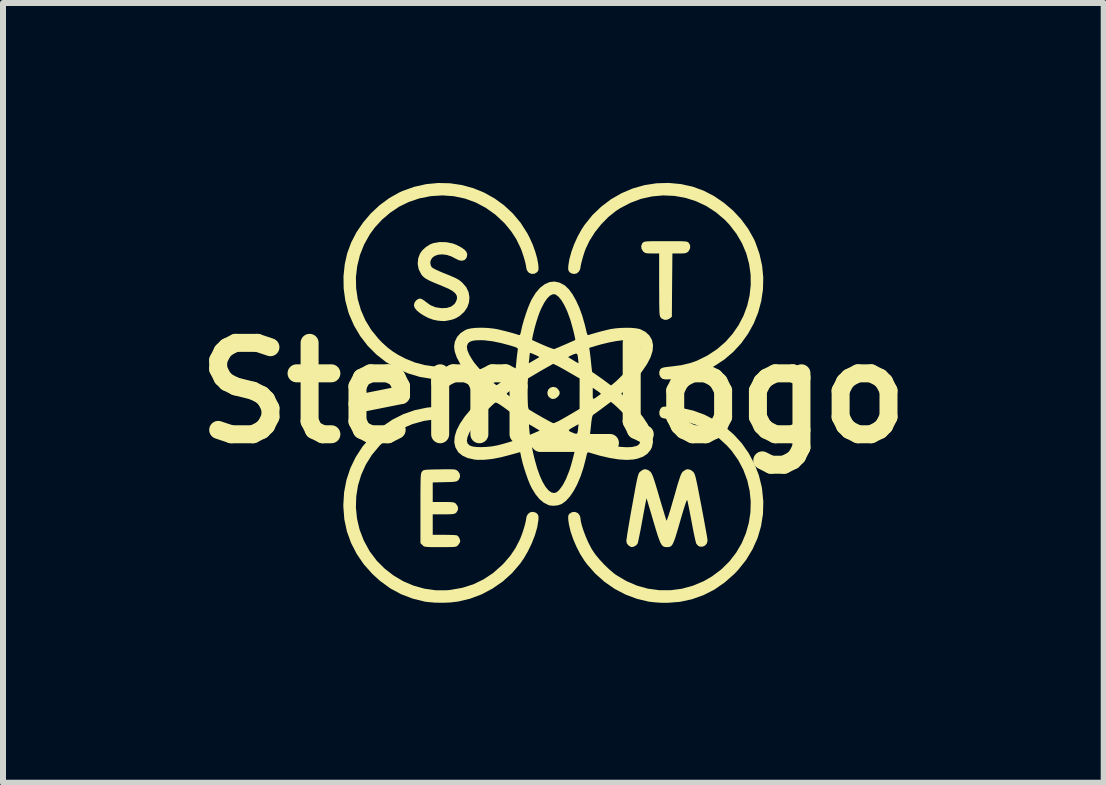
<source format=kicad_pcb>
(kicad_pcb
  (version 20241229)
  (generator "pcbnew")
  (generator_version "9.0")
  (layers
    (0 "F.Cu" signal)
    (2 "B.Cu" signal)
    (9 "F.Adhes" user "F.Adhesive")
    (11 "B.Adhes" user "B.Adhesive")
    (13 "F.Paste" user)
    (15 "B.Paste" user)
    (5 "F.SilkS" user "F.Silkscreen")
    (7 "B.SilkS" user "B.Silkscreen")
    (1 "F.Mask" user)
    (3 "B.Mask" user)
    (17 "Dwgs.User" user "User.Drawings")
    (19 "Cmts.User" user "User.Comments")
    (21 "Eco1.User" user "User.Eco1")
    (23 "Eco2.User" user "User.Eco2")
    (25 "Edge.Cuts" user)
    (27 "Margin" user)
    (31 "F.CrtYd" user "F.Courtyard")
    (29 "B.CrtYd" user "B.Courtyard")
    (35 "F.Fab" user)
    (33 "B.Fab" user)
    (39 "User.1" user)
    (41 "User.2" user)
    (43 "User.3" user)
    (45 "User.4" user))
  (footprint "Stem_logo"
    (layer "F.Cu")
    (at 6.176 3.501)
    (property "Reference" "Stem_logo" (at 0 0 0) (layer "F.SilkS") (effects (font (size 1.524 1.524) (thickness 0.3))))
    (attr board_only exclude_from_pos_files exclude_from_bom)
    (fp_poly (pts (xy 0.046 -0.09) (xy 0.077 -0.063) (xy 0.104 -0.021) (xy 0.105 0.018) (xy 0.08 0.058) (xy 0.079 0.06) (xy 0.034 0.094) (xy -0.012 0.102) (xy -0.035 0.096) (xy -0.075 0.068) (xy -0.096 0.03) (xy -0.099 -0.013) (xy -0.085 -0.054) (xy -0.055 -0.085) (xy -0.01 -0.1) (xy 0.001 -0.1)) (stroke (width 0) (type solid)) (fill yes) (layer "F.SilkS"))
    (fp_poly (pts (xy 1.982 -2.53) (xy 2.066 -2.53) (xy 2.13 -2.529) (xy 2.176 -2.527) (xy 2.208 -2.524) (xy 2.229 -2.52) (xy 2.243 -2.514) (xy 2.254 -2.506) (xy 2.257 -2.503) (xy 2.28 -2.462) (xy 2.281 -2.415) (xy 2.26 -2.37) (xy 2.251 -2.359) (xy 2.231 -2.342) (xy 2.21 -2.332) (xy 2.179 -2.327) (xy 2.131 -2.325) (xy 2.101 -2.325) (xy 1.985 -2.325) (xy 1.98 -1.797) (xy 1.976 -1.27) (xy 1.944 -1.243) (xy 1.898 -1.22) (xy 1.849 -1.219) (xy 1.806 -1.24) (xy 1.793 -1.253) (xy 1.786 -1.263) (xy 1.78 -1.275) (xy 1.775 -1.291) (xy 1.771 -1.315) (xy 1.769 -1.348) (xy 1.767 -1.394) (xy 1.766 -1.455) (xy 1.765 -1.535) (xy 1.765 -1.635) (xy 1.764 -1.759) (xy 1.764 -1.807) (xy 1.764 -2.325) (xy 1.648 -2.325) (xy 1.589 -2.326) (xy 1.551 -2.329) (xy 1.526 -2.337) (xy 1.507 -2.35) (xy 1.497 -2.359) (xy 1.47 -2.402) (xy 1.465 -2.45) (xy 1.482 -2.493) (xy 1.491 -2.503) (xy 1.501 -2.511) (xy 1.513 -2.518) (xy 1.531 -2.523) (xy 1.56 -2.526) (xy 1.6 -2.528) (xy 1.657 -2.53) (xy 1.734 -2.53) (xy 1.833 -2.53) (xy 1.874 -2.53)) (stroke (width 0) (type solid)) (fill yes) (layer "F.SilkS"))
    (fp_poly (pts (xy -1.688 1.274) (xy -1.654 1.276) (xy -1.631 1.28) (xy -1.615 1.287) (xy -1.601 1.296) (xy -1.593 1.303) (xy -1.562 1.345) (xy -1.555 1.393) (xy -1.572 1.439) (xy -1.585 1.454) (xy -1.598 1.466) (xy -1.615 1.474) (xy -1.641 1.48) (xy -1.678 1.484) (xy -1.734 1.486) (xy -1.812 1.488) (xy -1.813 1.488) (xy -2.011 1.493) (xy -2.011 1.819) (xy -1.832 1.819) (xy -1.759 1.819) (xy -1.708 1.821) (xy -1.674 1.824) (xy -1.651 1.83) (xy -1.635 1.839) (xy -1.62 1.853) (xy -1.592 1.897) (xy -1.589 1.943) (xy -1.61 1.986) (xy -1.618 1.995) (xy -1.633 2.007) (xy -1.651 2.015) (xy -1.677 2.02) (xy -1.716 2.023) (xy -1.773 2.024) (xy -1.83 2.024) (xy -2.011 2.024) (xy -2.011 2.366) (xy -1.82 2.366) (xy -1.749 2.367) (xy -1.687 2.368) (xy -1.639 2.371) (xy -1.611 2.374) (xy -1.608 2.375) (xy -1.582 2.396) (xy -1.562 2.431) (xy -1.553 2.468) (xy -1.555 2.485) (xy -1.57 2.513) (xy -1.591 2.541) (xy -1.602 2.551) (xy -1.614 2.559) (xy -1.633 2.565) (xy -1.661 2.568) (xy -1.703 2.57) (xy -1.763 2.571) (xy -1.845 2.571) (xy -1.884 2.571) (xy -1.975 2.571) (xy -2.043 2.571) (xy -2.092 2.569) (xy -2.125 2.566) (xy -2.148 2.562) (xy -2.163 2.555) (xy -2.175 2.545) (xy -2.182 2.538) (xy -2.216 2.504) (xy -2.216 1.924) (xy -2.216 1.782) (xy -2.216 1.666) (xy -2.215 1.571) (xy -2.214 1.496) (xy -2.213 1.439) (xy -2.211 1.395) (xy -2.208 1.364) (xy -2.204 1.343) (xy -2.2 1.328) (xy -2.194 1.317) (xy -2.19 1.311) (xy -2.18 1.3) (xy -2.168 1.292) (xy -2.151 1.286) (xy -2.124 1.282) (xy -2.083 1.279) (xy -2.024 1.277) (xy -1.944 1.275) (xy -1.897 1.275) (xy -1.806 1.273) (xy -1.737 1.273)) (stroke (width 0) (type solid)) (fill yes) (layer "F.SilkS"))
    (fp_poly (pts (xy -1.784 -2.513) (xy -1.675 -2.491) (xy -1.613 -2.467) (xy -1.535 -2.426) (xy -1.48 -2.387) (xy -1.448 -2.35) (xy -1.436 -2.31) (xy -1.436 -2.304) (xy -1.447 -2.253) (xy -1.475 -2.219) (xy -1.518 -2.204) (xy -1.57 -2.21) (xy -1.625 -2.236) (xy -1.701 -2.276) (xy -1.778 -2.301) (xy -1.853 -2.31) (xy -1.921 -2.304) (xy -1.978 -2.284) (xy -2.022 -2.25) (xy -2.047 -2.204) (xy -2.052 -2.168) (xy -2.044 -2.127) (xy -2.028 -2.096) (xy -2.007 -2.081) (xy -1.965 -2.058) (xy -1.909 -2.032) (xy -1.844 -2.004) (xy -1.826 -1.997) (xy -1.741 -1.963) (xy -1.678 -1.936) (xy -1.63 -1.915) (xy -1.595 -1.896) (xy -1.566 -1.878) (xy -1.541 -1.858) (xy -1.515 -1.835) (xy -1.453 -1.763) (xy -1.414 -1.682) (xy -1.399 -1.596) (xy -1.406 -1.51) (xy -1.435 -1.427) (xy -1.486 -1.352) (xy -1.558 -1.286) (xy -1.615 -1.251) (xy -1.654 -1.233) (xy -1.696 -1.22) (xy -1.747 -1.209) (xy -1.812 -1.198) (xy -1.84 -1.198) (xy -1.884 -1.201) (xy -1.928 -1.205) (xy -2.004 -1.221) (xy -2.082 -1.249) (xy -2.155 -1.286) (xy -2.221 -1.328) (xy -2.275 -1.373) (xy -2.311 -1.417) (xy -2.325 -1.459) (xy -2.325 -1.462) (xy -2.314 -1.507) (xy -2.285 -1.545) (xy -2.246 -1.569) (xy -2.223 -1.573) (xy -2.19 -1.563) (xy -2.151 -1.538) (xy -2.137 -1.527) (xy -2.054 -1.465) (xy -1.965 -1.428) (xy -1.867 -1.413) (xy -1.776 -1.417) (xy -1.703 -1.44) (xy -1.648 -1.483) (xy -1.623 -1.522) (xy -1.606 -1.572) (xy -1.609 -1.617) (xy -1.633 -1.659) (xy -1.679 -1.698) (xy -1.75 -1.738) (xy -1.843 -1.778) (xy -1.943 -1.819) (xy -2.022 -1.852) (xy -2.081 -1.88) (xy -2.126 -1.905) (xy -2.158 -1.928) (xy -2.183 -1.952) (xy -2.202 -1.976) (xy -2.245 -2.061) (xy -2.262 -2.152) (xy -2.253 -2.245) (xy -2.223 -2.324) (xy -2.183 -2.379) (xy -2.125 -2.432) (xy -2.058 -2.475) (xy -2.003 -2.497) (xy -1.897 -2.515)) (stroke (width 0) (type solid)) (fill yes) (layer "F.SilkS"))
    (fp_poly (pts (xy 2.127 -3.482) (xy 2.325 -3.438) (xy 2.505 -3.372) (xy 2.678 -3.283) (xy 2.842 -3.171) (xy 2.994 -3.042) (xy 3.13 -2.896) (xy 3.247 -2.738) (xy 3.342 -2.569) (xy 3.366 -2.517) (xy 3.436 -2.32) (xy 3.481 -2.121) (xy 3.5 -1.922) (xy 3.495 -1.724) (xy 3.466 -1.53) (xy 3.415 -1.341) (xy 3.342 -1.16) (xy 3.248 -0.989) (xy 3.134 -0.83) (xy 3.001 -0.685) (xy 2.85 -0.556) (xy 2.681 -0.445) (xy 2.496 -0.353) (xy 2.454 -0.337) (xy 2.374 -0.309) (xy 2.284 -0.284) (xy 2.189 -0.263) (xy 2.095 -0.245) (xy 2.006 -0.232) (xy 1.928 -0.226) (xy 1.866 -0.225) (xy 1.824 -0.233) (xy 1.823 -0.233) (xy 1.789 -0.26) (xy 1.769 -0.301) (xy 1.765 -0.347) (xy 1.78 -0.389) (xy 1.792 -0.404) (xy 1.815 -0.417) (xy 1.853 -0.427) (xy 1.911 -0.435) (xy 1.953 -0.439) (xy 2.132 -0.462) (xy 2.293 -0.501) (xy 2.394 -0.537) (xy 2.57 -0.624) (xy 2.728 -0.728) (xy 2.868 -0.849) (xy 2.988 -0.984) (xy 3.089 -1.131) (xy 3.171 -1.288) (xy 3.232 -1.454) (xy 3.272 -1.624) (xy 3.291 -1.799) (xy 3.289 -1.974) (xy 3.264 -2.15) (xy 3.218 -2.322) (xy 3.148 -2.49) (xy 3.055 -2.65) (xy 2.939 -2.801) (xy 2.859 -2.886) (xy 2.709 -3.013) (xy 2.548 -3.117) (xy 2.377 -3.197) (xy 2.199 -3.253) (xy 2.016 -3.285) (xy 1.83 -3.293) (xy 1.645 -3.276) (xy 1.461 -3.235) (xy 1.282 -3.168) (xy 1.11 -3.077) (xy 1.047 -3.036) (xy 0.92 -2.935) (xy 0.8 -2.813) (xy 0.692 -2.678) (xy 0.602 -2.535) (xy 0.541 -2.407) (xy 0.52 -2.351) (xy 0.499 -2.285) (xy 0.48 -2.218) (xy 0.464 -2.156) (xy 0.454 -2.106) (xy 0.451 -2.082) (xy 0.443 -2.053) (xy 0.423 -2.02) (xy 0.423 -2.019) (xy 0.385 -1.99) (xy 0.338 -1.983) (xy 0.292 -1.997) (xy 0.272 -2.012) (xy 0.256 -2.033) (xy 0.248 -2.057) (xy 0.248 -2.093) (xy 0.25 -2.125) (xy 0.268 -2.234) (xy 0.302 -2.356) (xy 0.349 -2.484) (xy 0.407 -2.611) (xy 0.473 -2.729) (xy 0.519 -2.799) (xy 0.65 -2.963) (xy 0.799 -3.106) (xy 0.962 -3.229) (xy 1.138 -3.33) (xy 1.324 -3.409) (xy 1.519 -3.464) (xy 1.719 -3.495) (xy 1.922 -3.501)) (stroke (width 0) (type solid)) (fill yes) (layer "F.SilkS"))
    (fp_poly (pts (xy -1.838 0.23) (xy -1.815 0.236) (xy -1.799 0.248) (xy -1.791 0.258) (xy -1.768 0.305) (xy -1.769 0.356) (xy -1.789 0.397) (xy -1.804 0.411) (xy -1.824 0.421) (xy -1.856 0.429) (xy -1.904 0.435) (xy -1.96 0.439) (xy -2.16 0.467) (xy -2.347 0.519) (xy -2.521 0.594) (xy -2.684 0.694) (xy -2.836 0.82) (xy -2.901 0.884) (xy -3.025 1.033) (xy -3.126 1.194) (xy -3.203 1.365) (xy -3.257 1.543) (xy -3.286 1.726) (xy -3.292 1.912) (xy -3.273 2.098) (xy -3.23 2.281) (xy -3.161 2.46) (xy -3.068 2.631) (xy -3.058 2.647) (xy -2.944 2.798) (xy -2.811 2.931) (xy -2.662 3.046) (xy -2.501 3.141) (xy -2.329 3.214) (xy -2.149 3.264) (xy -1.965 3.29) (xy -1.779 3.29) (xy -1.719 3.285) (xy -1.52 3.25) (xy -1.336 3.192) (xy -1.166 3.11) (xy -1.007 3.005) (xy -0.859 2.874) (xy -0.823 2.838) (xy -0.717 2.714) (xy -0.632 2.588) (xy -0.561 2.45) (xy -0.548 2.42) (xy -0.525 2.361) (xy -0.502 2.293) (xy -0.481 2.223) (xy -0.464 2.159) (xy -0.454 2.108) (xy -0.451 2.082) (xy -0.443 2.053) (xy -0.423 2.02) (xy -0.423 2.019) (xy -0.385 1.99) (xy -0.338 1.983) (xy -0.292 1.997) (xy -0.272 2.012) (xy -0.256 2.033) (xy -0.248 2.057) (xy -0.248 2.093) (xy -0.25 2.125) (xy -0.269 2.241) (xy -0.306 2.37) (xy -0.358 2.504) (xy -0.422 2.637) (xy -0.495 2.763) (xy -0.553 2.846) (xy -0.688 3.004) (xy -0.842 3.143) (xy -1.012 3.261) (xy -1.194 3.358) (xy -1.388 3.431) (xy -1.589 3.479) (xy -1.601 3.48) (xy -1.716 3.494) (xy -1.844 3.499) (xy -1.973 3.497) (xy -2.091 3.487) (xy -2.141 3.48) (xy -2.346 3.43) (xy -2.539 3.356) (xy -2.72 3.258) (xy -2.89 3.134) (xy -3.018 3.018) (xy -3.161 2.857) (xy -3.279 2.684) (xy -3.373 2.501) (xy -3.442 2.309) (xy -3.485 2.108) (xy -3.501 1.9) (xy -3.502 1.873) (xy -3.489 1.659) (xy -3.45 1.453) (xy -3.385 1.256) (xy -3.295 1.07) (xy -3.181 0.894) (xy -3.041 0.73) (xy -3.016 0.704) (xy -2.857 0.564) (xy -2.685 0.447) (xy -2.501 0.354) (xy -2.308 0.287) (xy -2.106 0.245) (xy -1.931 0.229) (xy -1.874 0.228)) (stroke (width 0) (type solid)) (fill yes) (layer "F.SilkS"))
    (fp_poly (pts (xy -1.721 -3.495) (xy -1.526 -3.466) (xy -1.336 -3.414) (xy -1.154 -3.34) (xy -0.982 -3.244) (xy -0.822 -3.128) (xy -0.676 -2.992) (xy -0.546 -2.837) (xy -0.435 -2.663) (xy -0.398 -2.592) (xy -0.346 -2.478) (xy -0.303 -2.36) (xy -0.271 -2.247) (xy -0.252 -2.146) (xy -0.25 -2.125) (xy -0.247 -2.076) (xy -0.25 -2.046) (xy -0.261 -2.024) (xy -0.272 -2.012) (xy -0.314 -1.987) (xy -0.362 -1.984) (xy -0.405 -2.002) (xy -0.423 -2.019) (xy -0.443 -2.052) (xy -0.451 -2.082) (xy -0.451 -2.082) (xy -0.456 -2.119) (xy -0.468 -2.175) (xy -0.486 -2.241) (xy -0.508 -2.311) (xy -0.531 -2.378) (xy -0.548 -2.42) (xy -0.617 -2.562) (xy -0.699 -2.689) (xy -0.8 -2.813) (xy -0.823 -2.838) (xy -0.97 -2.975) (xy -1.13 -3.088) (xy -1.299 -3.177) (xy -1.477 -3.241) (xy -1.662 -3.28) (xy -1.851 -3.293) (xy -2.043 -3.281) (xy -2.235 -3.243) (xy -2.416 -3.181) (xy -2.569 -3.106) (xy -2.717 -3.007) (xy -2.855 -2.89) (xy -2.976 -2.759) (xy -3.058 -2.647) (xy -3.154 -2.476) (xy -3.225 -2.298) (xy -3.27 -2.115) (xy -3.292 -1.929) (xy -3.288 -1.744) (xy -3.261 -1.561) (xy -3.209 -1.383) (xy -3.134 -1.211) (xy -3.036 -1.05) (xy -2.914 -0.9) (xy -2.854 -0.838) (xy -2.763 -0.756) (xy -2.676 -0.69) (xy -2.583 -0.632) (xy -2.475 -0.576) (xy -2.458 -0.567) (xy -2.305 -0.506) (xy -2.146 -0.464) (xy -1.974 -0.44) (xy -1.96 -0.439) (xy -1.894 -0.434) (xy -1.849 -0.427) (xy -1.82 -0.42) (xy -1.801 -0.409) (xy -1.789 -0.397) (xy -1.768 -0.351) (xy -1.769 -0.301) (xy -1.788 -0.261) (xy -1.813 -0.241) (xy -1.85 -0.229) (xy -1.903 -0.225) (xy -1.977 -0.229) (xy -2.018 -0.233) (xy -2.227 -0.267) (xy -2.426 -0.327) (xy -2.615 -0.41) (xy -2.79 -0.514) (xy -2.95 -0.64) (xy -3.094 -0.784) (xy -3.219 -0.946) (xy -3.324 -1.124) (xy -3.408 -1.318) (xy -3.419 -1.352) (xy -3.469 -1.542) (xy -3.496 -1.741) (xy -3.499 -1.944) (xy -3.478 -2.145) (xy -3.438 -2.325) (xy -3.372 -2.505) (xy -3.283 -2.678) (xy -3.171 -2.842) (xy -3.042 -2.994) (xy -2.896 -3.13) (xy -2.738 -3.247) (xy -2.569 -3.342) (xy -2.517 -3.366) (xy -2.32 -3.436) (xy -2.12 -3.481) (xy -1.92 -3.5)) (stroke (width 0) (type solid)) (fill yes) (layer "F.SilkS"))
    (fp_poly (pts (xy 1.931 0.229) (xy 2.135 0.249) (xy 2.332 0.295) (xy 2.519 0.363) (xy 2.696 0.454) (xy 2.86 0.565) (xy 3.009 0.695) (xy 3.143 0.842) (xy 3.257 1.005) (xy 3.352 1.182) (xy 3.426 1.371) (xy 3.475 1.57) (xy 3.48 1.601) (xy 3.501 1.812) (xy 3.495 2.02) (xy 3.463 2.222) (xy 3.406 2.418) (xy 3.322 2.605) (xy 3.215 2.783) (xy 3.083 2.949) (xy 3.018 3.018) (xy 2.856 3.161) (xy 2.684 3.28) (xy 2.501 3.373) (xy 2.309 3.441) (xy 2.108 3.484) (xy 1.898 3.5) (xy 1.855 3.5) (xy 1.777 3.498) (xy 1.695 3.492) (xy 1.621 3.484) (xy 1.589 3.48) (xy 1.392 3.433) (xy 1.201 3.361) (xy 1.02 3.266) (xy 0.851 3.148) (xy 0.697 3.011) (xy 0.561 2.856) (xy 0.519 2.799) (xy 0.449 2.689) (xy 0.386 2.567) (xy 0.331 2.439) (xy 0.288 2.313) (xy 0.26 2.194) (xy 0.25 2.125) (xy 0.247 2.076) (xy 0.25 2.046) (xy 0.261 2.024) (xy 0.272 2.012) (xy 0.314 1.987) (xy 0.362 1.984) (xy 0.405 2.002) (xy 0.423 2.019) (xy 0.443 2.052) (xy 0.451 2.082) (xy 0.451 2.082) (xy 0.458 2.139) (xy 0.476 2.214) (xy 0.504 2.3) (xy 0.539 2.393) (xy 0.579 2.485) (xy 0.623 2.572) (xy 0.647 2.615) (xy 0.698 2.69) (xy 0.765 2.772) (xy 0.843 2.857) (xy 0.925 2.936) (xy 1.004 3.004) (xy 1.046 3.035) (xy 1.215 3.136) (xy 1.393 3.213) (xy 1.577 3.264) (xy 1.765 3.289) (xy 1.954 3.29) (xy 2.142 3.265) (xy 2.326 3.215) (xy 2.505 3.14) (xy 2.647 3.058) (xy 2.801 2.942) (xy 2.935 2.81) (xy 3.048 2.664) (xy 3.14 2.507) (xy 3.21 2.341) (xy 3.259 2.168) (xy 3.286 1.991) (xy 3.291 1.812) (xy 3.273 1.633) (xy 3.233 1.457) (xy 3.169 1.285) (xy 3.083 1.121) (xy 2.973 0.966) (xy 2.894 0.878) (xy 2.746 0.742) (xy 2.587 0.631) (xy 2.416 0.545) (xy 2.233 0.484) (xy 2.038 0.447) (xy 1.963 0.44) (xy 1.89 0.433) (xy 1.84 0.424) (xy 1.808 0.414) (xy 1.792 0.404) (xy 1.77 0.367) (xy 1.766 0.32) (xy 1.78 0.274) (xy 1.791 0.258) (xy 1.806 0.242) (xy 1.824 0.233) (xy 1.851 0.229) (xy 1.895 0.228)) (stroke (width 0) (type solid)) (fill yes) (layer "F.SilkS"))
    (fp_poly (pts (xy 2.288 1.284) (xy 2.325 1.31) (xy 2.335 1.32) (xy 2.344 1.332) (xy 2.353 1.348) (xy 2.361 1.37) (xy 2.371 1.402) (xy 2.381 1.447) (xy 2.394 1.505) (xy 2.41 1.582) (xy 2.428 1.678) (xy 2.451 1.796) (xy 2.469 1.887) (xy 2.491 2.006) (xy 2.512 2.118) (xy 2.53 2.219) (xy 2.546 2.306) (xy 2.559 2.377) (xy 2.567 2.427) (xy 2.571 2.456) (xy 2.571 2.459) (xy 2.561 2.507) (xy 2.533 2.542) (xy 2.495 2.562) (xy 2.452 2.565) (xy 2.413 2.549) (xy 2.382 2.512) (xy 2.382 2.512) (xy 2.376 2.491) (xy 2.365 2.447) (xy 2.351 2.384) (xy 2.335 2.306) (xy 2.318 2.217) (xy 2.305 2.147) (xy 2.287 2.054) (xy 2.271 1.968) (xy 2.256 1.895) (xy 2.244 1.837) (xy 2.236 1.8) (xy 2.232 1.787) (xy 2.226 1.79) (xy 2.213 1.818) (xy 2.195 1.872) (xy 2.17 1.95) (xy 2.139 2.055) (xy 2.114 2.14) (xy 2.08 2.258) (xy 2.052 2.352) (xy 2.029 2.426) (xy 2.008 2.481) (xy 1.99 2.52) (xy 1.972 2.546) (xy 1.952 2.561) (xy 1.931 2.569) (xy 1.906 2.571) (xy 1.893 2.571) (xy 1.866 2.57) (xy 1.843 2.564) (xy 1.822 2.551) (xy 1.803 2.528) (xy 1.783 2.493) (xy 1.763 2.442) (xy 1.739 2.374) (xy 1.711 2.285) (xy 1.678 2.174) (xy 1.668 2.141) (xy 1.64 2.044) (xy 1.614 1.957) (xy 1.591 1.881) (xy 1.573 1.82) (xy 1.561 1.779) (xy 1.555 1.759) (xy 1.555 1.759) (xy 1.552 1.768) (xy 1.544 1.801) (xy 1.533 1.855) (xy 1.52 1.926) (xy 1.504 2.01) (xy 1.487 2.105) (xy 1.485 2.114) (xy 1.467 2.213) (xy 1.45 2.303) (xy 1.434 2.382) (xy 1.421 2.446) (xy 1.411 2.49) (xy 1.405 2.512) (xy 1.405 2.512) (xy 1.38 2.542) (xy 1.341 2.564) (xy 1.307 2.571) (xy 1.285 2.564) (xy 1.255 2.544) (xy 1.253 2.543) (xy 1.226 2.511) (xy 1.217 2.469) (xy 1.217 2.466) (xy 1.22 2.442) (xy 1.227 2.394) (xy 1.237 2.326) (xy 1.251 2.241) (xy 1.268 2.141) (xy 1.287 2.031) (xy 1.308 1.913) (xy 1.314 1.882) (xy 1.338 1.748) (xy 1.358 1.638) (xy 1.374 1.55) (xy 1.388 1.481) (xy 1.399 1.428) (xy 1.409 1.389) (xy 1.417 1.361) (xy 1.426 1.341) (xy 1.434 1.327) (xy 1.444 1.316) (xy 1.451 1.31) (xy 1.495 1.28) (xy 1.532 1.272) (xy 1.577 1.284) (xy 1.613 1.31) (xy 1.626 1.324) (xy 1.638 1.343) (xy 1.651 1.37) (xy 1.666 1.408) (xy 1.684 1.461) (xy 1.706 1.531) (xy 1.733 1.621) (xy 1.765 1.73) (xy 1.794 1.829) (xy 1.821 1.919) (xy 1.845 1.997) (xy 1.864 2.061) (xy 1.878 2.106) (xy 1.886 2.129) (xy 1.887 2.131) (xy 1.892 2.122) (xy 1.904 2.091) (xy 1.922 2.039) (xy 1.944 1.97) (xy 1.969 1.886) (xy 1.996 1.791) (xy 2.009 1.748) (xy 2.042 1.632) (xy 2.068 1.54) (xy 2.09 1.469) (xy 2.108 1.415) (xy 2.122 1.375) (xy 2.135 1.347) (xy 2.147 1.327) (xy 2.159 1.313) (xy 2.162 1.31) (xy 2.207 1.28) (xy 2.243 1.272)) (stroke (width 0) (type solid)) (fill yes) (layer "F.SilkS"))
    (fp_poly (pts (xy 0.1 -1.84) (xy 0.182 -1.798) (xy 0.199 -1.785) (xy 0.26 -1.726) (xy 0.321 -1.642) (xy 0.379 -1.539) (xy 0.434 -1.419) (xy 0.482 -1.286) (xy 0.523 -1.143) (xy 0.541 -1.07) (xy 0.554 -1.014) (xy 0.564 -0.98) (xy 0.574 -0.965) (xy 0.586 -0.964) (xy 0.587 -0.965) (xy 0.626 -0.978) (xy 0.685 -0.995) (xy 0.755 -1.015) (xy 0.828 -1.034) (xy 0.898 -1.051) (xy 0.948 -1.063) (xy 1.026 -1.075) (xy 1.115 -1.083) (xy 1.207 -1.086) (xy 1.295 -1.085) (xy 1.373 -1.078) (xy 1.433 -1.067) (xy 1.449 -1.062) (xy 1.537 -1.017) (xy 1.602 -0.956) (xy 1.644 -0.883) (xy 1.662 -0.797) (xy 1.655 -0.702) (xy 1.655 -0.701) (xy 1.621 -0.594) (xy 1.561 -0.479) (xy 1.476 -0.355) (xy 1.364 -0.222) (xy 1.257 -0.112) (xy 1.131 0.013) (xy 1.267 0.147) (xy 1.392 0.277) (xy 1.494 0.402) (xy 1.572 0.52) (xy 1.626 0.63) (xy 1.656 0.732) (xy 1.661 0.825) (xy 1.642 0.909) (xy 1.621 0.95) (xy 1.567 1.015) (xy 1.494 1.064) (xy 1.401 1.097) (xy 1.33 1.111) (xy 1.221 1.117) (xy 1.091 1.109) (xy 0.942 1.085) (xy 0.776 1.047) (xy 0.596 0.994) (xy 0.594 0.993) (xy 0.579 0.991) (xy 0.568 0.998) (xy 0.559 1.02) (xy 0.549 1.061) (xy 0.541 1.096) (xy 0.502 1.247) (xy 0.455 1.389) (xy 0.401 1.518) (xy 0.341 1.631) (xy 0.277 1.726) (xy 0.21 1.8) (xy 0.143 1.85) (xy 0.139 1.852) (xy 0.076 1.874) (xy 0.004 1.882) (xy -0.063 1.876) (xy -0.084 1.869) (xy -0.16 1.83) (xy -0.231 1.771) (xy -0.297 1.69) (xy -0.361 1.586) (xy -0.39 1.526) (xy -0.422 1.447) (xy -0.454 1.356) (xy -0.485 1.262) (xy -0.512 1.171) (xy -0.531 1.091) (xy -0.534 1.081) (xy -0.543 1.035) (xy -0.55 1.002) (xy -0.554 0.988) (xy -0.567 0.991) (xy -0.601 1) (xy -0.651 1.014) (xy -0.713 1.031) (xy -0.719 1.033) (xy -0.873 1.073) (xy -1.017 1.101) (xy -1.15 1.115) (xy -1.265 1.116) (xy -1.317 1.111) (xy -1.428 1.086) (xy -1.516 1.046) (xy -1.582 0.992) (xy -1.589 0.983) (xy -1.626 0.92) (xy -0.351 0.92) (xy -0.349 0.943) (xy -0.342 0.98) (xy -0.329 1.036) (xy -0.31 1.113) (xy -0.306 1.128) (xy -0.268 1.263) (xy -0.225 1.382) (xy -0.18 1.482) (xy -0.132 1.563) (xy -0.083 1.623) (xy -0.035 1.658) (xy 0.007 1.669) (xy 0.041 1.663) (xy 0.072 1.643) (xy 0.101 1.614) (xy 0.157 1.538) (xy 0.211 1.435) (xy 0.262 1.307) (xy 0.275 1.271) (xy 0.29 1.222) (xy 0.307 1.163) (xy 0.324 1.099) (xy 0.34 1.037) (xy 0.353 0.982) (xy 0.362 0.939) (xy 0.366 0.914) (xy 0.365 0.909) (xy 0.352 0.904) (xy 0.319 0.889) (xy 0.27 0.867) (xy 0.209 0.84) (xy 0.183 0.829) (xy 0.066 0.777) (xy 0.599 0.777) (xy 0.713 0.812) (xy 0.858 0.852) (xy 0.992 0.881) (xy 1.115 0.899) (xy 1.223 0.906) (xy 1.314 0.902) (xy 1.384 0.885) (xy 1.416 0.87) (xy 1.442 0.837) (xy 1.449 0.789) (xy 1.438 0.727) (xy 1.408 0.655) (xy 1.362 0.575) (xy 1.305 0.497) (xy 1.254 0.437) (xy 1.195 0.371) (xy 1.132 0.305) (xy 1.072 0.246) (xy 1.022 0.2) (xy 1.01 0.19) (xy 0.959 0.149) (xy 0.821 0.252) (xy 0.767 0.292) (xy 0.719 0.327) (xy 0.684 0.352) (xy 0.664 0.365) (xy 0.664 0.365) (xy 0.652 0.384) (xy 0.642 0.428) (xy 0.632 0.498) (xy 0.63 0.52) (xy 0.623 0.587) (xy 0.616 0.65) (xy 0.61 0.7) (xy 0.607 0.72) (xy 0.599 0.777) (xy 0.066 0.777) (xy 0.003 0.749) (xy -0.146 0.817) (xy -0.207 0.845) (xy -0.262 0.869) (xy -0.304 0.887) (xy -0.326 0.895) (xy -0.339 0.9) (xy -0.347 0.907) (xy -0.351 0.92) (xy -1.626 0.92) (xy -1.633 0.907) (xy -1.652 0.822) (xy -1.65 0.799) (xy -1.442 0.799) (xy -1.429 0.844) (xy -1.394 0.877) (xy -1.391 0.878) (xy -1.347 0.893) (xy -1.282 0.902) (xy -1.202 0.904) (xy -1.113 0.9) (xy -1.021 0.891) (xy -0.936 0.875) (xy -0.894 0.865) (xy -0.835 0.849) (xy -0.768 0.83) (xy -0.728 0.818) (xy -0.666 0.799) (xy -0.626 0.785) (xy -0.603 0.773) (xy -0.593 0.762) (xy -0.593 0.748) (xy -0.594 0.74) (xy -0.598 0.712) (xy -0.604 0.664) (xy -0.61 0.604) (xy -0.616 0.547) (xy -0.617 0.538) (xy -0.406 0.538) (xy -0.404 0.57) (xy -0.401 0.61) (xy -0.397 0.651) (xy -0.393 0.683) (xy -0.39 0.697) (xy -0.39 0.698) (xy -0.376 0.692) (xy -0.345 0.679) (xy -0.307 0.663) (xy -0.228 0.628) (xy -0.234 0.624) (xy 0.258 0.624) (xy 0.264 0.636) (xy 0.288 0.648) (xy 0.316 0.661) (xy 0.36 0.678) (xy 0.386 0.682) (xy 0.401 0.668) (xy 0.409 0.632) (xy 0.413 0.592) (xy 0.42 0.521) (xy 0.357 0.557) (xy 0.302 0.588) (xy 0.27 0.609) (xy 0.258 0.624) (xy -0.234 0.624) (xy -0.316 0.575) (xy -0.358 0.55) (xy -0.39 0.532) (xy -0.405 0.524) (xy -0.406 0.524) (xy -0.406 0.538) (xy -0.617 0.538) (xy -0.621 0.489) (xy -0.626 0.446) (xy -0.633 0.413) (xy -0.647 0.385) (xy -0.67 0.359) (xy -0.704 0.33) (xy -0.754 0.293) (xy -0.822 0.243) (xy -0.826 0.24) (xy -0.886 0.199) (xy -0.928 0.173) (xy -0.955 0.162) (xy -0.97 0.163) (xy -0.995 0.183) (xy -1.034 0.219) (xy -1.083 0.267) (xy -1.137 0.324) (xy -1.193 0.386) (xy -1.247 0.447) (xy -1.295 0.504) (xy -1.333 0.552) (xy -1.351 0.578) (xy -1.403 0.667) (xy -1.433 0.74) (xy -1.442 0.799) (xy -1.65 0.799) (xy -1.645 0.728) (xy -1.614 0.625) (xy -1.557 0.513) (xy -1.476 0.393) (xy -1.37 0.266) (xy -1.263 0.154) (xy -1.121 0.014) (xy -1.121 0.014) (xy -0.779 0.014) (xy -0.769 0.025) (xy -0.744 0.046) (xy -0.712 0.071) (xy -0.681 0.093) (xy -0.658 0.107) (xy -0.653 0.109) (xy -0.648 0.097) (xy -0.644 0.064) (xy -0.643 0.018) (xy -0.643 0.017) (xy -0.436 0.017) (xy -0.434 0.091) (xy -0.43 0.159) (xy -0.424 0.217) (xy -0.416 0.258) (xy -0.407 0.277) (xy -0.407 0.277) (xy -0.356 0.307) (xy -0.297 0.343) (xy -0.232 0.38) (xy -0.168 0.417) (xy -0.108 0.45) (xy -0.057 0.478) (xy -0.019 0.497) (xy -0.001 0.505) (xy 0 0.505) (xy 0.022 0.499) (xy 0.059 0.483) (xy 0.103 0.461) (xy 0.151 0.434) (xy 0.213 0.399) (xy 0.278 0.361) (xy 0.311 0.342) (xy 0.437 0.267) (xy 0.438 -0.085) (xy 0.657 -0.085) (xy 0.657 0.013) (xy 0.657 0.065) (xy 0.661 0.093) (xy 0.674 0.098) (xy 0.701 0.083) (xy 0.739 0.056) (xy 0.769 0.034) (xy 0.789 0.02) (xy 0.792 0.017) (xy 0.786 0.007) (xy 0.757 -0.017) (xy 0.706 -0.052) (xy 0.695 -0.059) (xy 0.657 -0.085) (xy 0.438 -0.085) (xy 0.438 -0.241) (xy 0.27 -0.338) (xy 0.205 -0.376) (xy 0.143 -0.411) (xy 0.091 -0.439) (xy 0.056 -0.458) (xy 0.05 -0.46) (xy -0.002 -0.485) (xy -0.073 -0.445) (xy -0.114 -0.422) (xy -0.171 -0.39) (xy -0.235 -0.353) (xy -0.283 -0.324) (xy -0.422 -0.242) (xy -0.432 -0.125) (xy -0.435 -0.056) (xy -0.436 0.017) (xy -0.643 0.017) (xy -0.643 0.014) (xy -0.644 -0.034) (xy -0.646 -0.068) (xy -0.65 -0.082) (xy -0.65 -0.082) (xy -0.665 -0.075) (xy -0.693 -0.056) (xy -0.725 -0.032) (xy -0.755 -0.009) (xy -0.775 0.009) (xy -0.779 0.014) (xy -1.121 0.014) (xy -1.276 -0.141) (xy -1.387 -0.26) (xy -1.481 -0.377) (xy -1.556 -0.488) (xy -1.611 -0.593) (xy -1.644 -0.689) (xy -1.655 -0.771) (xy -1.655 -0.771) (xy -1.442 -0.771) (xy -1.433 -0.711) (xy -1.401 -0.635) (xy -1.35 -0.55) (xy -1.318 -0.504) (xy -1.275 -0.451) (xy -1.224 -0.393) (xy -1.169 -0.333) (xy -1.114 -0.275) (xy -1.061 -0.223) (xy -1.014 -0.179) (xy -0.975 -0.148) (xy -0.95 -0.131) (xy -0.941 -0.131) (xy -0.921 -0.145) (xy -0.888 -0.169) (xy -0.869 -0.184) (xy -0.83 -0.213) (xy -0.779 -0.251) (xy -0.727 -0.288) (xy -0.722 -0.292) (xy -0.679 -0.324) (xy -0.647 -0.352) (xy -0.63 -0.372) (xy -0.629 -0.375) (xy -0.628 -0.402) (xy -0.624 -0.449) (xy -0.619 -0.494) (xy -0.41 -0.494) (xy -0.325 -0.543) (xy -0.282 -0.568) (xy -0.25 -0.587) (xy -0.235 -0.596) (xy 0.248 -0.596) (xy 0.26 -0.588) (xy 0.289 -0.57) (xy 0.326 -0.548) (xy 0.365 -0.524) (xy 0.397 -0.505) (xy 0.417 -0.494) (xy 0.419 -0.493) (xy 0.418 -0.505) (xy 0.416 -0.536) (xy 0.413 -0.564) (xy 0.407 -0.618) (xy 0.398 -0.647) (xy 0.381 -0.656) (xy 0.351 -0.649) (xy 0.316 -0.634) (xy 0.278 -0.616) (xy 0.253 -0.602) (xy 0.248 -0.596) (xy -0.235 -0.596) (xy -0.234 -0.597) (xy -0.234 -0.597) (xy -0.242 -0.604) (xy -0.27 -0.619) (xy -0.307 -0.636) (xy -0.349 -0.654) (xy -0.378 -0.665) (xy -0.39 -0.667) (xy -0.393 -0.653) (xy -0.397 -0.619) (xy -0.401 -0.578) (xy -0.41 -0.494) (xy -0.619 -0.494) (xy -0.618 -0.507) (xy -0.612 -0.57) (xy -0.605 -0.63) (xy -0.599 -0.679) (xy -0.594 -0.711) (xy -0.594 -0.714) (xy -0.592 -0.731) (xy -0.597 -0.744) (xy -0.613 -0.755) (xy -0.646 -0.768) (xy -0.701 -0.785) (xy -0.707 -0.787) (xy -0.866 -0.83) (xy -1.015 -0.861) (xy -1.149 -0.877) (xy -1.211 -0.879) (xy -1.291 -0.877) (xy -1.349 -0.869) (xy -1.391 -0.853) (xy -1.42 -0.829) (xy -1.429 -0.816) (xy -1.442 -0.771) (xy -1.655 -0.771) (xy -1.642 -0.856) (xy -1.629 -0.882) (xy -0.355 -0.882) (xy -0.181 -0.804) (xy -0.116 -0.776) (xy -0.059 -0.754) (xy -0.015 -0.738) (xy 0.01 -0.731) (xy 0.014 -0.731) (xy 0.033 -0.738) (xy 0.063 -0.751) (xy 0.599 -0.751) (xy 0.607 -0.693) (xy 0.612 -0.655) (xy 0.619 -0.598) (xy 0.626 -0.533) (xy 0.63 -0.493) (xy 0.636 -0.434) (xy 0.642 -0.386) (xy 0.646 -0.356) (xy 0.647 -0.348) (xy 0.674 -0.331) (xy 0.716 -0.302) (xy 0.766 -0.267) (xy 0.817 -0.231) (xy 0.863 -0.197) (xy 0.874 -0.189) (xy 0.961 -0.124) (xy 1.01 -0.163) (xy 1.043 -0.191) (xy 1.086 -0.232) (xy 1.133 -0.279) (xy 1.151 -0.296) (xy 1.25 -0.405) (xy 1.33 -0.506) (xy 1.391 -0.597) (xy 1.43 -0.678) (xy 1.447 -0.747) (xy 1.447 -0.774) (xy 1.439 -0.813) (xy 1.418 -0.839) (xy 1.396 -0.853) (xy 1.342 -0.873) (xy 1.265 -0.881) (xy 1.17 -0.879) (xy 1.059 -0.866) (xy 0.936 -0.843) (xy 0.802 -0.811) (xy 0.714 -0.786) (xy 0.599 -0.751) (xy 0.063 -0.751) (xy 0.073 -0.754) (xy 0.126 -0.777) (xy 0.188 -0.804) (xy 0.198 -0.808) (xy 0.259 -0.835) (xy 0.311 -0.858) (xy 0.347 -0.874) (xy 0.364 -0.882) (xy 0.365 -0.882) (xy 0.365 -0.896) (xy 0.358 -0.93) (xy 0.347 -0.98) (xy 0.333 -1.039) (xy 0.316 -1.102) (xy 0.299 -1.164) (xy 0.283 -1.219) (xy 0.275 -1.243) (xy 0.231 -1.361) (xy 0.184 -1.462) (xy 0.135 -1.544) (xy 0.086 -1.604) (xy 0.039 -1.639) (xy 0.03 -1.643) (xy -0.011 -1.645) (xy -0.057 -1.621) (xy -0.104 -1.574) (xy -0.152 -1.504) (xy -0.199 -1.413) (xy -0.225 -1.354) (xy -0.254 -1.275) (xy -0.284 -1.181) (xy -0.312 -1.083) (xy -0.334 -0.991) (xy -0.347 -0.93) (xy -0.355 -0.882) (xy -1.629 -0.882) (xy -1.605 -0.933) (xy -1.546 -0.998) (xy -1.47 -1.047) (xy -1.435 -1.062) (xy -1.372 -1.076) (xy -1.289 -1.085) (xy -1.194 -1.087) (xy -1.095 -1.083) (xy -0.998 -1.073) (xy -0.933 -1.062) (xy -0.874 -1.048) (xy -0.804 -1.031) (xy -0.732 -1.012) (xy -0.663 -0.993) (xy -0.607 -0.976) (xy -0.571 -0.964) (xy -0.559 -0.967) (xy -0.548 -0.99) (xy -0.537 -1.036) (xy -0.534 -1.049) (xy -0.516 -1.128) (xy -0.49 -1.219) (xy -0.459 -1.316) (xy -0.426 -1.41) (xy -0.392 -1.493) (xy -0.363 -1.556) (xy -0.296 -1.666) (xy -0.223 -1.751) (xy -0.146 -1.811) (xy -0.066 -1.847) (xy 0.017 -1.857)) (stroke (width 0) (type solid)) (fill yes) (layer "F.SilkS")))
  (gr_rect
    (start -3 -3)
    (end 15.352 10.001)
    (stroke (width 0.1) (type default))
    (fill no)
    (layer "Edge.Cuts")))
</source>
